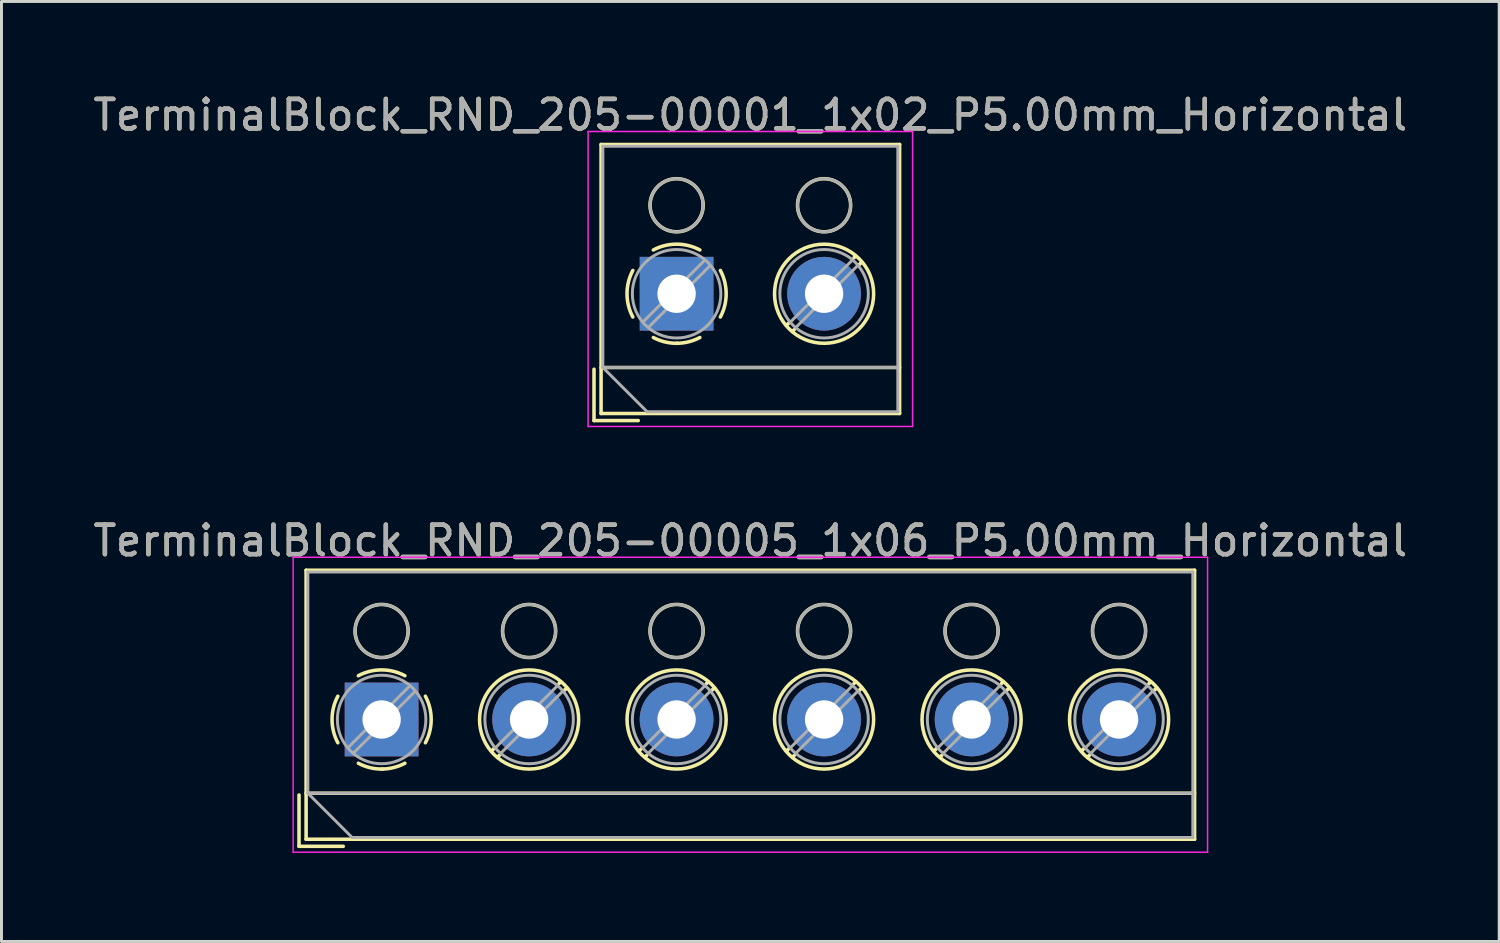
<source format=kicad_pcb>
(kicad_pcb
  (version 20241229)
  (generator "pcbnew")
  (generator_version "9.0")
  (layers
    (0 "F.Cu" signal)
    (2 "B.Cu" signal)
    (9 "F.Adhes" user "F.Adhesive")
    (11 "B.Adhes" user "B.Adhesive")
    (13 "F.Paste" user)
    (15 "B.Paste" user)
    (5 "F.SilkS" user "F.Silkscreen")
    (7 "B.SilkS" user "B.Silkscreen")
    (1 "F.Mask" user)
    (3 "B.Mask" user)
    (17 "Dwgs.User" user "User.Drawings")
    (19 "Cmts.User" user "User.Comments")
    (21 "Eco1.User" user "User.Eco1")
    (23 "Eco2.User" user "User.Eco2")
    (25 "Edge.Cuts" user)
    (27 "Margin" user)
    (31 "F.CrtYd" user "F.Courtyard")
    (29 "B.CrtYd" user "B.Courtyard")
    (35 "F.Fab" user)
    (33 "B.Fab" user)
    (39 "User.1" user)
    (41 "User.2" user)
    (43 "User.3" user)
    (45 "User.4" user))
  (footprint "TerminalBlock_RND_205-00005_1x06_P5.00mm_Horizontal"
    (layer "F.Cu")
    (at 9.887 21.341)
    (property "Reference" "TerminalBlock_RND_205-00005_1x06_P5.00mm_Horizontal" (at 12.5 -6.06 0) (layer "F.SilkS") (effects (font (size 1 1) (thickness 0.15))))
    (attr through_hole)
    (fp_line (start -2.8 2.56) (end -2.8 4.3) (stroke (width 0.12) (type solid)) (layer "F.SilkS"))
    (fp_line (start -2.8 4.3) (end -1.3 4.3) (stroke (width 0.12) (type solid)) (layer "F.SilkS"))
    (fp_line (start -2.56 -5.06) (end -2.56 4.06) (stroke (width 0.12) (type solid)) (layer "F.SilkS"))
    (fp_line (start -2.56 -5.06) (end 27.56 -5.06) (stroke (width 0.12) (type solid)) (layer "F.SilkS"))
    (fp_line (start -2.56 2.5) (end 27.56 2.5) (stroke (width 0.12) (type solid)) (layer "F.SilkS"))
    (fp_line (start -2.56 4.06) (end 27.56 4.06) (stroke (width 0.12) (type solid)) (layer "F.SilkS"))
    (fp_line (start 3.82 0.976) (end 3.726 1.069) (stroke (width 0.12) (type solid)) (layer "F.SilkS"))
    (fp_line (start 3.99 1.216) (end 3.931 1.274) (stroke (width 0.12) (type solid)) (layer "F.SilkS"))
    (fp_line (start 6.07 -1.275) (end 6.011 -1.216) (stroke (width 0.12) (type solid)) (layer "F.SilkS"))
    (fp_line (start 6.275 -1.069) (end 6.181 -0.976) (stroke (width 0.12) (type solid)) (layer "F.SilkS"))
    (fp_line (start 8.82 0.976) (end 8.726 1.069) (stroke (width 0.12) (type solid)) (layer "F.SilkS"))
    (fp_line (start 8.99 1.216) (end 8.931 1.274) (stroke (width 0.12) (type solid)) (layer "F.SilkS"))
    (fp_line (start 11.07 -1.275) (end 11.011 -1.216) (stroke (width 0.12) (type solid)) (layer "F.SilkS"))
    (fp_line (start 11.275 -1.069) (end 11.181 -0.976) (stroke (width 0.12) (type solid)) (layer "F.SilkS"))
    (fp_line (start 13.82 0.976) (end 13.726 1.069) (stroke (width 0.12) (type solid)) (layer "F.SilkS"))
    (fp_line (start 13.99 1.216) (end 13.931 1.274) (stroke (width 0.12) (type solid)) (layer "F.SilkS"))
    (fp_line (start 16.07 -1.275) (end 16.011 -1.216) (stroke (width 0.12) (type solid)) (layer "F.SilkS"))
    (fp_line (start 16.275 -1.069) (end 16.181 -0.976) (stroke (width 0.12) (type solid)) (layer "F.SilkS"))
    (fp_line (start 18.82 0.976) (end 18.726 1.069) (stroke (width 0.12) (type solid)) (layer "F.SilkS"))
    (fp_line (start 18.99 1.216) (end 18.931 1.274) (stroke (width 0.12) (type solid)) (layer "F.SilkS"))
    (fp_line (start 21.07 -1.275) (end 21.011 -1.216) (stroke (width 0.12) (type solid)) (layer "F.SilkS"))
    (fp_line (start 21.275 -1.069) (end 21.181 -0.976) (stroke (width 0.12) (type solid)) (layer "F.SilkS"))
    (fp_line (start 23.82 0.976) (end 23.726 1.069) (stroke (width 0.12) (type solid)) (layer "F.SilkS"))
    (fp_line (start 23.99 1.216) (end 23.931 1.274) (stroke (width 0.12) (type solid)) (layer "F.SilkS"))
    (fp_line (start 26.07 -1.275) (end 26.011 -1.216) (stroke (width 0.12) (type solid)) (layer "F.SilkS"))
    (fp_line (start 26.275 -1.069) (end 26.181 -0.976) (stroke (width 0.12) (type solid)) (layer "F.SilkS"))
    (fp_line (start 27.56 -5.06) (end 27.56 4.06) (stroke (width 0.12) (type solid)) (layer "F.SilkS"))
    (fp_arc (start -1.483953 0.789089) (mid -1.680708 0.00005) (end -1.484 -0.789) (stroke (width 0.12) (type solid)) (layer "F.SilkS"))
    (fp_arc (start -0.789089 -1.483953) (mid -0.00005 -1.680708) (end 0.789 -1.484) (stroke (width 0.12) (type solid)) (layer "F.SilkS"))
    (fp_arc (start 0.029383 1.68045) (mid -0.392304 1.634281) (end -0.789 1.484) (stroke (width 0.12) (type solid)) (layer "F.SilkS"))
    (fp_arc (start 0.788712 1.483352) (mid 0.406429 1.630097) (end 0 1.68) (stroke (width 0.12) (type solid)) (layer "F.SilkS"))
    (fp_arc (start 1.483953 -0.789089) (mid 1.680708 -0.00005) (end 1.484 0.789) (stroke (width 0.12) (type solid)) (layer "F.SilkS"))
    (fp_circle (center 0 -3) (end 0.9 -3) (stroke (width 0.12) (type solid)) (fill no) (layer "F.SilkS"))
    (fp_circle (center 5 -3) (end 5.9 -3) (stroke (width 0.12) (type solid)) (fill no) (layer "F.SilkS"))
    (fp_circle (center 5 0) (end 6.68 0) (stroke (width 0.12) (type solid)) (fill no) (layer "F.SilkS"))
    (fp_circle (center 10 -3) (end 10.9 -3) (stroke (width 0.12) (type solid)) (fill no) (layer "F.SilkS"))
    (fp_circle (center 10 0) (end 11.68 0) (stroke (width 0.12) (type solid)) (fill no) (layer "F.SilkS"))
    (fp_circle (center 15 -3) (end 15.9 -3) (stroke (width 0.12) (type solid)) (fill no) (layer "F.SilkS"))
    (fp_circle (center 15 0) (end 16.68 0) (stroke (width 0.12) (type solid)) (fill no) (layer "F.SilkS"))
    (fp_circle (center 20 -3) (end 20.9 -3) (stroke (width 0.12) (type solid)) (fill no) (layer "F.SilkS"))
    (fp_circle (center 20 0) (end 21.68 0) (stroke (width 0.12) (type solid)) (fill no) (layer "F.SilkS"))
    (fp_circle (center 25 -3) (end 25.9 -3) (stroke (width 0.12) (type solid)) (fill no) (layer "F.SilkS"))
    (fp_circle (center 25 0) (end 26.68 0) (stroke (width 0.12) (type solid)) (fill no) (layer "F.SilkS"))
    (fp_line (start -3 -5.5) (end -3 4.5) (stroke (width 0.05) (type solid)) (layer "F.CrtYd"))
    (fp_line (start -3 4.5) (end 28 4.5) (stroke (width 0.05) (type solid)) (layer "F.CrtYd"))
    (fp_line (start 28 -5.5) (end -3 -5.5) (stroke (width 0.05) (type solid)) (layer "F.CrtYd"))
    (fp_line (start 28 4.5) (end 28 -5.5) (stroke (width 0.05) (type solid)) (layer "F.CrtYd"))
    (fp_line (start -2.5 -5) (end 27.5 -5) (stroke (width 0.1) (type solid)) (layer "F.Fab"))
    (fp_line (start -2.5 2.5) (end -2.5 -5) (stroke (width 0.1) (type solid)) (layer "F.Fab"))
    (fp_line (start -2.5 2.5) (end 27.5 2.5) (stroke (width 0.1) (type solid)) (layer "F.Fab"))
    (fp_line (start -1 4) (end -2.5 2.5) (stroke (width 0.1) (type solid)) (layer "F.Fab"))
    (fp_line (start 0.955 -1.138) (end -1.138 0.955) (stroke (width 0.1) (type solid)) (layer "F.Fab"))
    (fp_line (start 1.138 -0.955) (end -0.955 1.138) (stroke (width 0.1) (type solid)) (layer "F.Fab"))
    (fp_line (start 5.955 -1.138) (end 3.863 0.955) (stroke (width 0.1) (type solid)) (layer "F.Fab"))
    (fp_line (start 6.138 -0.955) (end 4.046 1.138) (stroke (width 0.1) (type solid)) (layer "F.Fab"))
    (fp_line (start 10.955 -1.138) (end 8.863 0.955) (stroke (width 0.1) (type solid)) (layer "F.Fab"))
    (fp_line (start 11.138 -0.955) (end 9.046 1.138) (stroke (width 0.1) (type solid)) (layer "F.Fab"))
    (fp_line (start 15.955 -1.138) (end 13.863 0.955) (stroke (width 0.1) (type solid)) (layer "F.Fab"))
    (fp_line (start 16.138 -0.955) (end 14.046 1.138) (stroke (width 0.1) (type solid)) (layer "F.Fab"))
    (fp_line (start 20.955 -1.138) (end 18.863 0.955) (stroke (width 0.1) (type solid)) (layer "F.Fab"))
    (fp_line (start 21.138 -0.955) (end 19.046 1.138) (stroke (width 0.1) (type solid)) (layer "F.Fab"))
    (fp_line (start 25.955 -1.138) (end 23.863 0.955) (stroke (width 0.1) (type solid)) (layer "F.Fab"))
    (fp_line (start 26.138 -0.955) (end 24.046 1.138) (stroke (width 0.1) (type solid)) (layer "F.Fab"))
    (fp_line (start 27.5 -5) (end 27.5 4) (stroke (width 0.1) (type solid)) (layer "F.Fab"))
    (fp_line (start 27.5 4) (end -1 4) (stroke (width 0.1) (type solid)) (layer "F.Fab"))
    (fp_circle (center 0 -3) (end 0.9 -3) (stroke (width 0.1) (type solid)) (fill no) (layer "F.Fab"))
    (fp_circle (center 0 0) (end 1.5 0) (stroke (width 0.1) (type solid)) (fill no) (layer "F.Fab"))
    (fp_circle (center 5 -3) (end 5.9 -3) (stroke (width 0.1) (type solid)) (fill no) (layer "F.Fab"))
    (fp_circle (center 5 0) (end 6.5 0) (stroke (width 0.1) (type solid)) (fill no) (layer "F.Fab"))
    (fp_circle (center 10 -3) (end 10.9 -3) (stroke (width 0.1) (type solid)) (fill no) (layer "F.Fab"))
    (fp_circle (center 10 0) (end 11.5 0) (stroke (width 0.1) (type solid)) (fill no) (layer "F.Fab"))
    (fp_circle (center 15 -3) (end 15.9 -3) (stroke (width 0.1) (type solid)) (fill no) (layer "F.Fab"))
    (fp_circle (center 15 0) (end 16.5 0) (stroke (width 0.1) (type solid)) (fill no) (layer "F.Fab"))
    (fp_circle (center 20 -3) (end 20.9 -3) (stroke (width 0.1) (type solid)) (fill no) (layer "F.Fab"))
    (fp_circle (center 20 0) (end 21.5 0) (stroke (width 0.1) (type solid)) (fill no) (layer "F.Fab"))
    (fp_circle (center 25 -3) (end 25.9 -3) (stroke (width 0.1) (type solid)) (fill no) (layer "F.Fab"))
    (fp_circle (center 25 0) (end 26.5 0) (stroke (width 0.1) (type solid)) (fill no) (layer "F.Fab"))
    (fp_text user "${REFERENCE}" (at 12.5 -6.06 0) (layer "F.Fab") (effects (font (size 1 1) (thickness 0.15))))
    (pad "1" thru_hole rect (at 0 0) (size 2.5 2.5) (drill 1.3) (layers "*.Cu" "*.Mask"))
    (pad "2" thru_hole circle (at 5 0) (size 2.5 2.5) (drill 1.3) (layers "*.Cu" "*.Mask"))
    (pad "3" thru_hole circle (at 10 0) (size 2.5 2.5) (drill 1.3) (layers "*.Cu" "*.Mask"))
    (pad "4" thru_hole circle (at 15 0) (size 2.5 2.5) (drill 1.3) (layers "*.Cu" "*.Mask"))
    (pad "5" thru_hole circle (at 20 0) (size 2.5 2.5) (drill 1.3) (layers "*.Cu" "*.Mask"))
    (pad "6" thru_hole circle (at 25 0) (size 2.5 2.5) (drill 1.3) (layers "*.Cu" "*.Mask")))
  (footprint "TerminalBlock_RND_205-00001_1x02_P5.00mm_Horizontal"
    (layer "F.Cu")
    (at 19.887 6.908)
    (property "Reference" "TerminalBlock_RND_205-00001_1x02_P5.00mm_Horizontal" (at 2.5 -6.06 0) (layer "F.SilkS") (effects (font (size 1 1) (thickness 0.15))))
    (attr through_hole)
    (fp_line (start -2.8 2.56) (end -2.8 4.3) (stroke (width 0.12) (type solid)) (layer "F.SilkS"))
    (fp_line (start -2.8 4.3) (end -1.3 4.3) (stroke (width 0.12) (type solid)) (layer "F.SilkS"))
    (fp_line (start -2.56 -5.06) (end -2.56 4.06) (stroke (width 0.12) (type solid)) (layer "F.SilkS"))
    (fp_line (start -2.56 -5.06) (end 7.56 -5.06) (stroke (width 0.12) (type solid)) (layer "F.SilkS"))
    (fp_line (start -2.56 2.5) (end 7.56 2.5) (stroke (width 0.12) (type solid)) (layer "F.SilkS"))
    (fp_line (start -2.56 4.06) (end 7.56 4.06) (stroke (width 0.12) (type solid)) (layer "F.SilkS"))
    (fp_line (start 3.82 0.976) (end 3.726 1.069) (stroke (width 0.12) (type solid)) (layer "F.SilkS"))
    (fp_line (start 3.99 1.216) (end 3.931 1.274) (stroke (width 0.12) (type solid)) (layer "F.SilkS"))
    (fp_line (start 6.07 -1.275) (end 6.011 -1.216) (stroke (width 0.12) (type solid)) (layer "F.SilkS"))
    (fp_line (start 6.275 -1.069) (end 6.181 -0.976) (stroke (width 0.12) (type solid)) (layer "F.SilkS"))
    (fp_line (start 7.56 -5.06) (end 7.56 4.06) (stroke (width 0.12) (type solid)) (layer "F.SilkS"))
    (fp_arc (start -1.483953 0.789089) (mid -1.680708 0.00005) (end -1.484 -0.789) (stroke (width 0.12) (type solid)) (layer "F.SilkS"))
    (fp_arc (start -0.789089 -1.483953) (mid -0.00005 -1.680708) (end 0.789 -1.484) (stroke (width 0.12) (type solid)) (layer "F.SilkS"))
    (fp_arc (start 0.029383 1.68045) (mid -0.392304 1.634281) (end -0.789 1.484) (stroke (width 0.12) (type solid)) (layer "F.SilkS"))
    (fp_arc (start 0.788712 1.483352) (mid 0.406429 1.630097) (end 0 1.68) (stroke (width 0.12) (type solid)) (layer "F.SilkS"))
    (fp_arc (start 1.483953 -0.789089) (mid 1.680708 -0.00005) (end 1.484 0.789) (stroke (width 0.12) (type solid)) (layer "F.SilkS"))
    (fp_circle (center 0 -3) (end 0.9 -3) (stroke (width 0.12) (type solid)) (fill no) (layer "F.SilkS"))
    (fp_circle (center 5 -3) (end 5.9 -3) (stroke (width 0.12) (type solid)) (fill no) (layer "F.SilkS"))
    (fp_circle (center 5 0) (end 6.68 0) (stroke (width 0.12) (type solid)) (fill no) (layer "F.SilkS"))
    (fp_line (start -3 -5.5) (end -3 4.5) (stroke (width 0.05) (type solid)) (layer "F.CrtYd"))
    (fp_line (start -3 4.5) (end 8 4.5) (stroke (width 0.05) (type solid)) (layer "F.CrtYd"))
    (fp_line (start 8 -5.5) (end -3 -5.5) (stroke (width 0.05) (type solid)) (layer "F.CrtYd"))
    (fp_line (start 8 4.5) (end 8 -5.5) (stroke (width 0.05) (type solid)) (layer "F.CrtYd"))
    (fp_line (start -2.5 -5) (end 7.5 -5) (stroke (width 0.1) (type solid)) (layer "F.Fab"))
    (fp_line (start -2.5 2.5) (end -2.5 -5) (stroke (width 0.1) (type solid)) (layer "F.Fab"))
    (fp_line (start -2.5 2.5) (end 7.5 2.5) (stroke (width 0.1) (type solid)) (layer "F.Fab"))
    (fp_line (start -1 4) (end -2.5 2.5) (stroke (width 0.1) (type solid)) (layer "F.Fab"))
    (fp_line (start 0.955 -1.138) (end -1.138 0.955) (stroke (width 0.1) (type solid)) (layer "F.Fab"))
    (fp_line (start 1.138 -0.955) (end -0.955 1.138) (stroke (width 0.1) (type solid)) (layer "F.Fab"))
    (fp_line (start 5.955 -1.138) (end 3.863 0.955) (stroke (width 0.1) (type solid)) (layer "F.Fab"))
    (fp_line (start 6.138 -0.955) (end 4.046 1.138) (stroke (width 0.1) (type solid)) (layer "F.Fab"))
    (fp_line (start 7.5 -5) (end 7.5 4) (stroke (width 0.1) (type solid)) (layer "F.Fab"))
    (fp_line (start 7.5 4) (end -1 4) (stroke (width 0.1) (type solid)) (layer "F.Fab"))
    (fp_circle (center 0 -3) (end 0.9 -3) (stroke (width 0.1) (type solid)) (fill no) (layer "F.Fab"))
    (fp_circle (center 0 0) (end 1.5 0) (stroke (width 0.1) (type solid)) (fill no) (layer "F.Fab"))
    (fp_circle (center 5 -3) (end 5.9 -3) (stroke (width 0.1) (type solid)) (fill no) (layer "F.Fab"))
    (fp_circle (center 5 0) (end 6.5 0) (stroke (width 0.1) (type solid)) (fill no) (layer "F.Fab"))
    (fp_text user "${REFERENCE}" (at 2.5 -6.06 0) (layer "F.Fab") (effects (font (size 1 1) (thickness 0.15))))
    (pad "1" thru_hole rect (at 0 0) (size 2.5 2.5) (drill 1.3) (layers "*.Cu" "*.Mask"))
    (pad "2" thru_hole circle (at 5 0) (size 2.5 2.5) (drill 1.3) (layers "*.Cu" "*.Mask")))
  (gr_rect
    (start -3 -3)
    (end 47.774 28.866)
    (stroke (width 0.1) (type default))
    (fill no)
    (layer "Edge.Cuts")))
</source>
